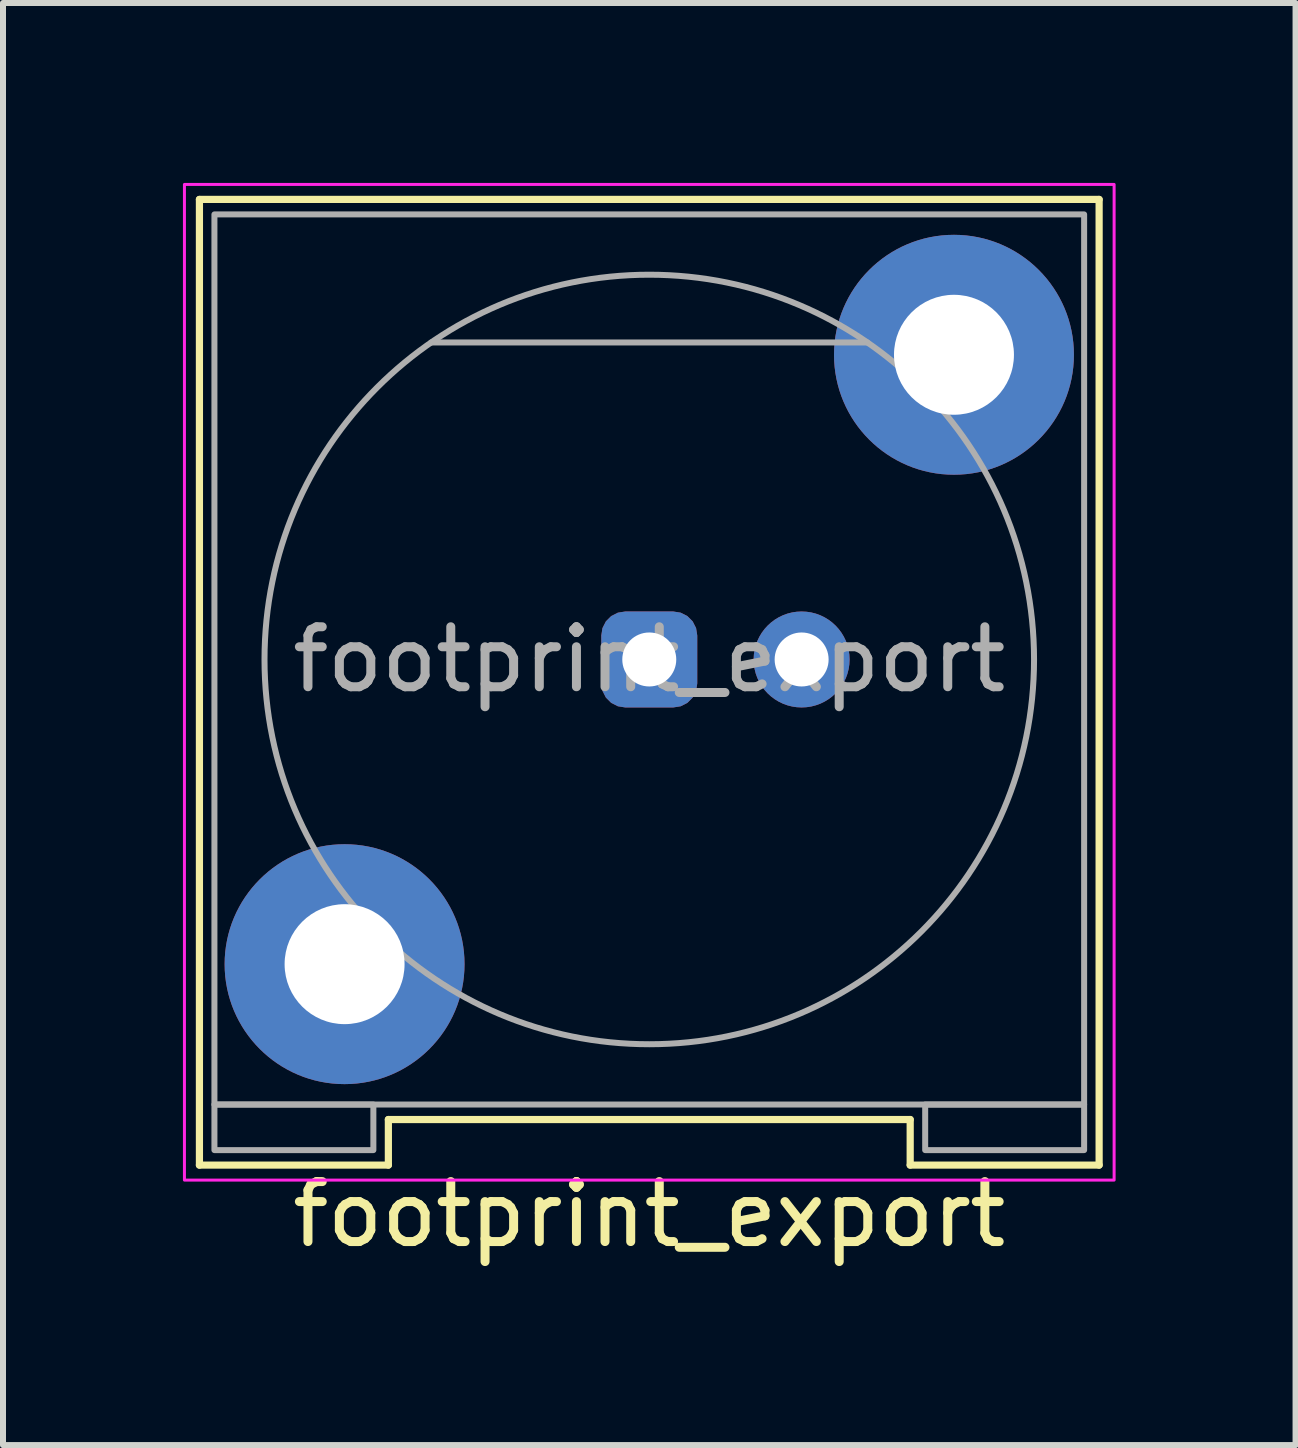
<source format=kicad_pcb>
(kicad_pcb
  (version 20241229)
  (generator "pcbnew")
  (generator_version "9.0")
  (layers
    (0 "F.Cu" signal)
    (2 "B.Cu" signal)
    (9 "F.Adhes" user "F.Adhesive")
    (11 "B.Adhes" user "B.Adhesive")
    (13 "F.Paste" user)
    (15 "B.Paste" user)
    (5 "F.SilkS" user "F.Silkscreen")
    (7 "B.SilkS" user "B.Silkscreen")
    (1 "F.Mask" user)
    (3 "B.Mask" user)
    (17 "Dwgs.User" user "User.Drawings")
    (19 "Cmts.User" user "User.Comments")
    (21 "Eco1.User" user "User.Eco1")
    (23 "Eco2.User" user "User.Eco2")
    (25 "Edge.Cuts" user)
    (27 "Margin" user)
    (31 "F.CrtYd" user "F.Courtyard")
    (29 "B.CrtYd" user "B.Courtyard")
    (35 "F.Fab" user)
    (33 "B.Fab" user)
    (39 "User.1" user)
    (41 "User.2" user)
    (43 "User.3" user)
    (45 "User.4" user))
  (footprint "footprint_export"
    (layer "F.Cu")
    (at 7.775 7.945)
    (property "Reference" "footprint_export" (at 0 9.25 180) (layer "F.SilkS") (effects (font (size 1 1) (thickness 0.15))))
    (attr through_hole)
    (fp_line (start -7.5 -7.67) (end 7.5 -7.67) (stroke (width 0.12) (type solid)) (layer "F.SilkS"))
    (fp_line (start -7.5 8.43) (end -7.5 -7.67) (stroke (width 0.12) (type solid)) (layer "F.SilkS"))
    (fp_line (start -4.35 7.67) (end -4.35 8.43) (stroke (width 0.12) (type solid)) (layer "F.SilkS"))
    (fp_line (start -4.35 8.43) (end -7.5 8.43) (stroke (width 0.12) (type solid)) (layer "F.SilkS"))
    (fp_line (start 4.35 7.67) (end -4.35 7.67) (stroke (width 0.12) (type solid)) (layer "F.SilkS"))
    (fp_line (start 4.35 8.43) (end 4.35 7.67) (stroke (width 0.12) (type solid)) (layer "F.SilkS"))
    (fp_line (start 7.5 -7.67) (end 7.5 8.43) (stroke (width 0.12) (type solid)) (layer "F.SilkS"))
    (fp_line (start 7.5 8.43) (end 4.35 8.43) (stroke (width 0.12) (type solid)) (layer "F.SilkS"))
    (fp_rect (start 7.75 8.68) (end -7.75 -7.92) (stroke (width 0.05) (type solid)) (fill no) (layer "F.CrtYd"))
    (fp_line (start -3.636 -5.285) (end 3.636 -5.285) (stroke (width 0.1) (type solid)) (layer "F.Fab"))
    (fp_rect (start -4.6 7.42) (end -7.25 8.18) (stroke (width 0.1) (type solid)) (fill no) (layer "F.Fab"))
    (fp_rect (start 7.25 7.42) (end -7.25 -7.42) (stroke (width 0.1) (type solid)) (fill no) (layer "F.Fab"))
    (fp_rect (start 7.25 7.42) (end 4.6 8.18) (stroke (width 0.1) (type solid)) (fill no) (layer "F.Fab"))
    (fp_circle (center 0 0) (end 6.415 0) (stroke (width 0.1) (type solid)) (fill no) (layer "F.Fab"))
    (fp_text user "${REFERENCE}" (at 0 0 180) (layer "F.Fab") (effects (font (size 1 1) (thickness 0.15))))
    (pad "" thru_hole circle (at -5.08 5.08 180) (size 4 4) (drill 2) (layers "*.Cu" "*.Mask"))
    (pad "" thru_hole circle (at 5.08 -5.08 180) (size 4 4) (drill 2) (layers "*.Cu" "*.Mask"))
    (pad "1" thru_hole roundrect (at 0 0 180) (size 1.6 1.6) (drill 0.9) (layers "*.Cu" "*.Mask") (roundrect_rratio 0.25))
    (pad "2" thru_hole circle (at 2.54 0 180) (size 1.6 1.6) (drill 0.9) (layers "*.Cu" "*.Mask")))
  (gr_rect
    (start -3 -3)
    (end 18.55 21.043)
    (stroke (width 0.1) (type default))
    (fill no)
    (layer "Edge.Cuts")))
</source>
